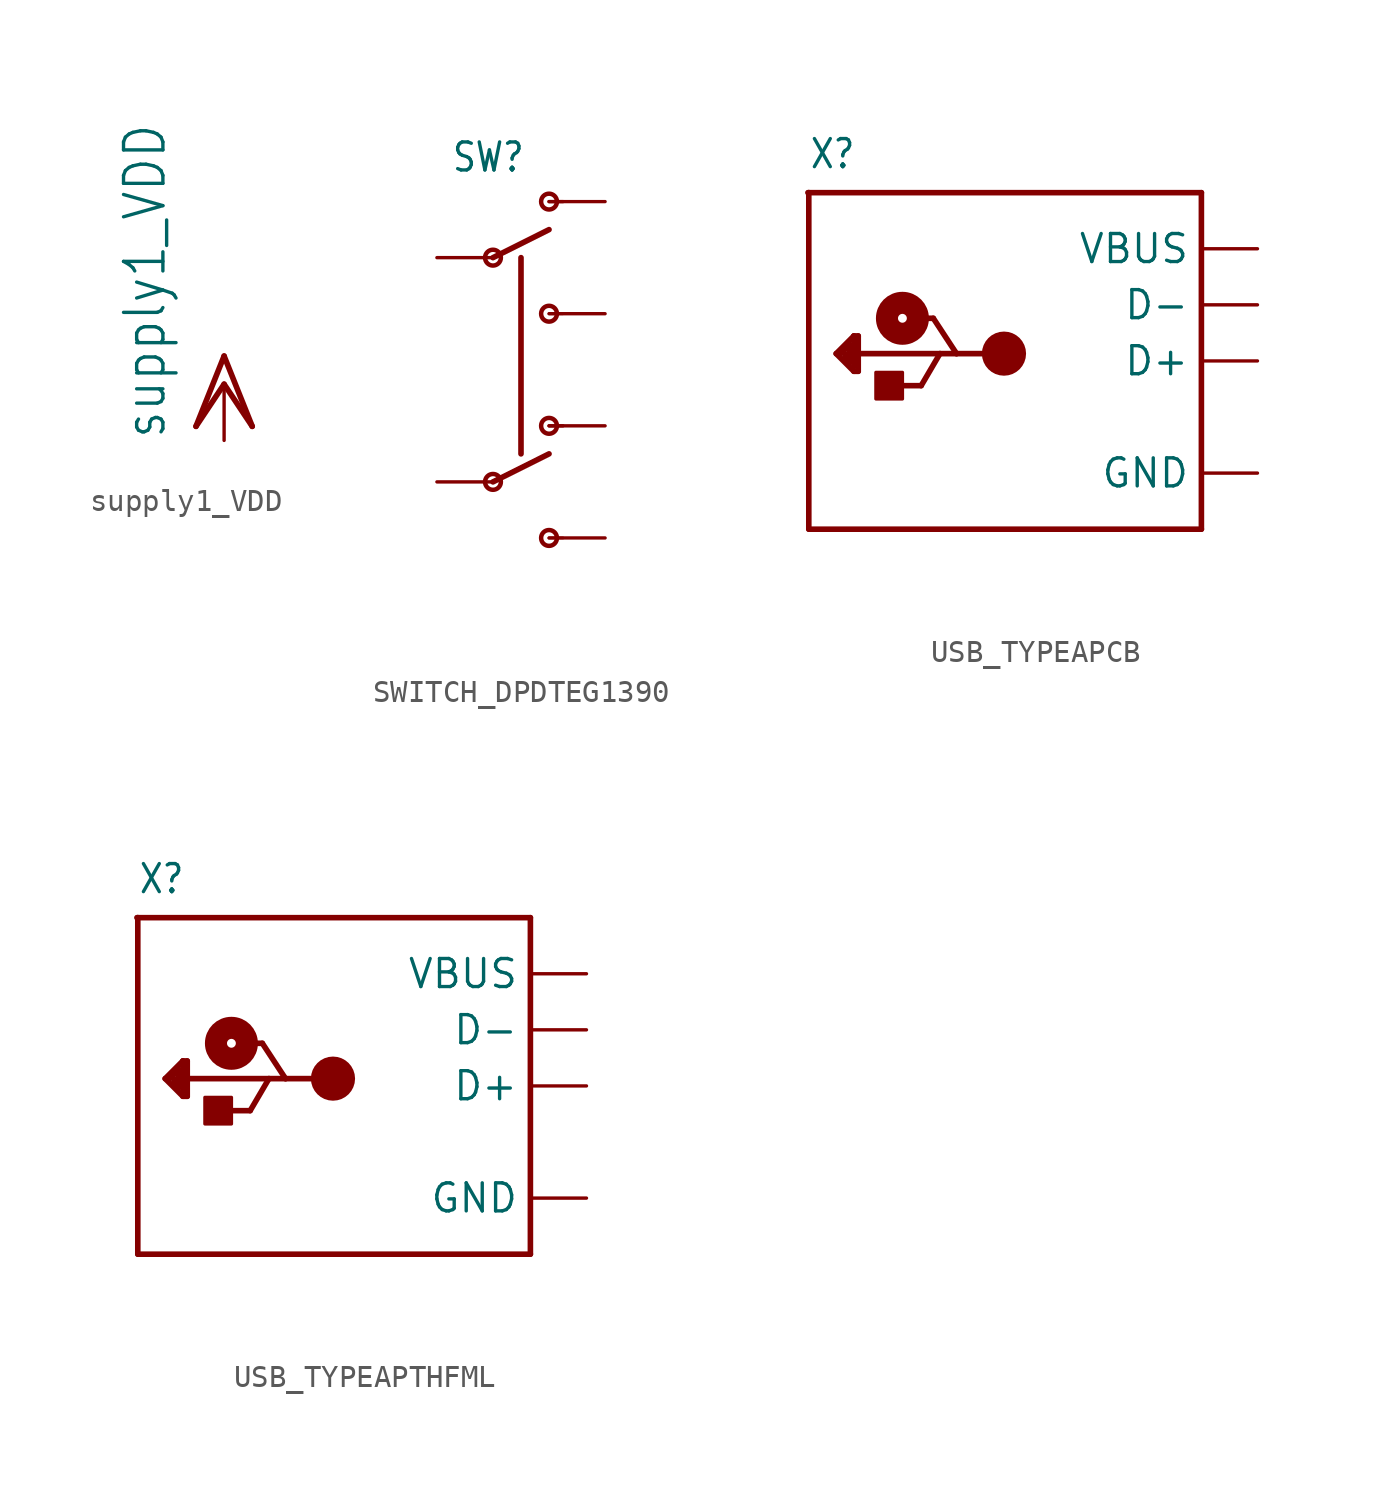
<source format=kicad_sym>
(kicad_symbol_lib
  (version 20220914)
  (generator kicad_symbol_editor)
  (symbol "supply1_VDD"
    (power)
    (property "Reference" "#VDD"
      (at 0 0 0)
      (effects (font (size 1.27 1.27)) hide))
    (property "Value" "supply1_VDD"
      (at -2.54 -2.54 90)
      (effects (font (size 1.778 1.511)) (justify left bottom)))
    (property "ki_locked" ""
      (at 0 0 0)
      (effects (font (size 1.27 1.27))))
    (symbol "supply1_VDD_1_0"
      (polyline (pts (xy 0 0) (xy -1.27 -1.905)) (stroke (width 0.254) (type solid)) (fill (type none)))
      (polyline (pts (xy 0 1.27) (xy -1.27 -1.905)) (stroke (width 0.254) (type solid)) (fill (type none)))
      (polyline (pts (xy 1.27 -1.905) (xy 0 0)) (stroke (width 0.254) (type solid)) (fill (type none)))
      (polyline (pts (xy 1.27 -1.905) (xy 0 1.27)) (stroke (width 0.254) (type solid)) (fill (type none)))
      (pin power_in line (at 0 -2.54 90) (length 2.54) (name "VDD" (effects (font (size 0 0)))) (number "1" (effects (font (size 0 0)))))))
  (symbol "SWITCH_DPDTEG1390"
    (property "Reference" "SW"
      (at -4.445 8.89 0)
      (effects (font (size 1.27 1.079)) (justify left bottom)))
    (property "Value" ""
      (at -5.08 -11.43 0)
      (effects (font (size 1.27 1.079)) (justify left bottom)))
    (property "ki_locked" ""
      (at 0 0 0)
      (effects (font (size 1.27 1.27))))
    (symbol "SWITCH_DPDTEG1390_1_0"
      (circle (center -2.54 -5.08) (radius 0.359) (stroke (width 0.203) (type solid)) (fill (type none)))
      (circle (center -2.54 5.08) (radius 0.359) (stroke (width 0.203) (type solid)) (fill (type none)))
      (circle (center 0 -7.62) (radius 0.359) (stroke (width 0.203) (type solid)) (fill (type none)))
      (circle (center 0 -2.54) (radius 0.359) (stroke (width 0.203) (type solid)) (fill (type none)))
      (polyline (pts (xy -2.54 -5.08) (xy 0 -3.81)) (stroke (width 0.254) (type solid)) (fill (type none)))
      (polyline (pts (xy -2.54 5.08) (xy 0 6.35)) (stroke (width 0.254) (type solid)) (fill (type none)))
      (polyline (pts (xy -1.27 5.08) (xy -1.27 -3.81)) (stroke (width 0.254) (type solid)) (fill (type none)))
      (polyline (pts (xy 0 -7.62) (xy 0.635 -7.62)) (stroke (width 0.127) (type solid)) (fill (type none)))
      (polyline (pts (xy 0 -2.54) (xy 0.635 -2.54)) (stroke (width 0.152) (type solid)) (fill (type none)))
      (polyline (pts (xy 0 2.54) (xy 0.635 2.54)) (stroke (width 0.127) (type solid)) (fill (type none)))
      (polyline (pts (xy 0 7.62) (xy 0.635 7.62)) (stroke (width 0.152) (type solid)) (fill (type none)))
      (circle (center 0 2.54) (radius 0.359) (stroke (width 0.203) (type solid)) (fill (type none)))
      (circle (center 0 7.62) (radius 0.359) (stroke (width 0.203) (type solid)) (fill (type none)))
      (pin passive line (at 2.54 7.62 180) (length 2.54) (name "O1" (effects (font (size 0 0)))) (number "O1" (effects (font (size 0 0)))))
      (pin passive line (at 2.54 -2.54 180) (length 2.54) (name "O2" (effects (font (size 0 0)))) (number "O2" (effects (font (size 0 0)))))
      (pin passive line (at -5.08 5.08 0) (length 2.54) (name "P1" (effects (font (size 0 0)))) (number "P1" (effects (font (size 0 0)))))
      (pin passive line (at -5.08 -5.08 0) (length 2.54) (name "P2" (effects (font (size 0 0)))) (number "P2" (effects (font (size 0 0)))))
      (pin passive line (at 2.54 2.54 180) (length 2.54) (name "S1" (effects (font (size 0 0)))) (number "S1" (effects (font (size 0 0)))))
      (pin passive line (at 2.54 -7.62 180) (length 2.54) (name "S2" (effects (font (size 0 0)))) (number "S2" (effects (font (size 0 0)))))))
  (symbol "USB_TYPEAPCB"
    (property "Reference" "X"
      (at -10.16 8.636 0)
      (effects (font (size 1.27 1.079)) (justify left bottom)))
    (property "Value" ""
      (at -10.16 -10.16 0)
      (effects (font (size 1.27 1.079)) (justify left bottom)))
    (property "ki_locked" ""
      (at 0 0 0)
      (effects (font (size 1.27 1.27))))
    (symbol "USB_TYPEAPCB_1_0"
      (rectangle (start -7.12 -1.72) (end -5.92 -0.52) (stroke (width 0) (type default)) (fill (type outline)))
      (circle (center -5.92 1.93) (radius 0.2) (stroke (width 1) (type solid)) (fill (type none)))
      (circle (center -1.32 0.33) (radius 0.5) (stroke (width 1) (type solid)) (fill (type none)))
      (polyline (pts (xy -10.2 7.62) (xy -10.16 7.62)) (stroke (width 0.254) (type solid)) (fill (type none)))
      (polyline (pts (xy -10.16 -7.62) (xy 7.62 -7.62)) (stroke (width 0.254) (type solid)) (fill (type none)))
      (polyline (pts (xy -10.16 7.62) (xy -10.16 -7.62)) (stroke (width 0.254) (type solid)) (fill (type none)))
      (polyline (pts (xy -10.16 7.62) (xy 7.62 7.62)) (stroke (width 0.254) (type solid)) (fill (type none)))
      (polyline (pts (xy -8.92 0.33) (xy -8.12 1.13)) (stroke (width 0.254) (type solid)) (fill (type none)))
      (polyline (pts (xy -8.52 0.13) (xy -8.32 -0.07)) (stroke (width 0.254) (type solid)) (fill (type none)))
      (polyline (pts (xy -8.52 0.33) (xy -8.52 0.13)) (stroke (width 0.254) (type solid)) (fill (type none)))
      (polyline (pts (xy -8.32 -0.07) (xy -8.32 0.73)) (stroke (width 0.254) (type solid)) (fill (type none)))
      (polyline (pts (xy -8.32 0.73) (xy -8.72 0.33)) (stroke (width 0.254) (type solid)) (fill (type none)))
      (polyline (pts (xy -8.12 -0.47) (xy -8.92 0.33)) (stroke (width 0.254) (type solid)) (fill (type none)))
      (polyline (pts (xy -8.12 -0.27) (xy -8.12 1.13)) (stroke (width 0.254) (type solid)) (fill (type none)))
      (polyline (pts (xy -8.12 1.13) (xy -7.92 1.13)) (stroke (width 0.254) (type solid)) (fill (type none)))
      (polyline (pts (xy -7.92 -0.47) (xy -8.12 -0.47)) (stroke (width 0.254) (type solid)) (fill (type none)))
      (polyline (pts (xy -7.92 0.33) (xy -7.92 -0.47)) (stroke (width 0.254) (type solid)) (fill (type none)))
      (polyline (pts (xy -7.92 1.13) (xy -7.92 0.33)) (stroke (width 0.254) (type solid)) (fill (type none)))
      (polyline (pts (xy -6.27 -1.12) (xy -5.07 -1.12)) (stroke (width 0.254) (type solid)) (fill (type none)))
      (polyline (pts (xy -5.52 1.93) (xy -4.52 1.93)) (stroke (width 0.254) (type solid)) (fill (type none)))
      (polyline (pts (xy -5.07 -1.12) (xy -4.22 0.33)) (stroke (width 0.254) (type solid)) (fill (type none)))
      (polyline (pts (xy -4.52 1.93) (xy -3.47 0.33)) (stroke (width 0.254) (type solid)) (fill (type none)))
      (polyline (pts (xy -4.22 0.33) (xy -7.92 0.33)) (stroke (width 0.254) (type solid)) (fill (type none)))
      (polyline (pts (xy -3.47 0.33) (xy -4.22 0.33)) (stroke (width 0.254) (type solid)) (fill (type none)))
      (polyline (pts (xy -1.32 0.33) (xy -3.47 0.33)) (stroke (width 0.254) (type solid)) (fill (type none)))
      (polyline (pts (xy 7.62 7.62) (xy 7.62 -7.62)) (stroke (width 0.254) (type solid)) (fill (type none)))
      (pin power_in line (at 10.16 -5.08 180) (length 2.54) (name "GND" (effects (font (size 1.27 1.27)))) (number "GND" (effects (font (size 0 0)))))
      (pin bidirectional line (at 10.16 2.54 180) (length 2.54) (name "D-" (effects (font (size 1.27 1.27)))) (number "USB_NEG" (effects (font (size 0 0)))))
      (pin bidirectional line (at 10.16 0 180) (length 2.54) (name "D+" (effects (font (size 1.27 1.27)))) (number "USB_PLUS" (effects (font (size 0 0)))))
      (pin power_in line (at 10.16 5.08 180) (length 2.54) (name "VBUS" (effects (font (size 1.27 1.27)))) (number "VCC" (effects (font (size 0 0)))))))
  (symbol "USB_TYPEAPTHFML"
    (property "Reference" "X"
      (at -10.16 8.636 0)
      (effects (font (size 1.27 1.079)) (justify left bottom)))
    (property "Value" ""
      (at -10.16 -10.16 0)
      (effects (font (size 1.27 1.079)) (justify left bottom)))
    (property "ki_locked" ""
      (at 0 0 0)
      (effects (font (size 1.27 1.27))))
    (symbol "USB_TYPEAPTHFML_1_0"
      (rectangle (start -7.12 -1.72) (end -5.92 -0.52) (stroke (width 0) (type default)) (fill (type outline)))
      (circle (center -5.92 1.93) (radius 0.2) (stroke (width 1) (type solid)) (fill (type none)))
      (circle (center -1.32 0.33) (radius 0.5) (stroke (width 1) (type solid)) (fill (type none)))
      (polyline (pts (xy -10.2 7.62) (xy -10.16 7.62)) (stroke (width 0.254) (type solid)) (fill (type none)))
      (polyline (pts (xy -10.16 -7.62) (xy 7.62 -7.62)) (stroke (width 0.254) (type solid)) (fill (type none)))
      (polyline (pts (xy -10.16 7.62) (xy -10.16 -7.62)) (stroke (width 0.254) (type solid)) (fill (type none)))
      (polyline (pts (xy -10.16 7.62) (xy 7.62 7.62)) (stroke (width 0.254) (type solid)) (fill (type none)))
      (polyline (pts (xy -8.92 0.33) (xy -8.12 1.13)) (stroke (width 0.254) (type solid)) (fill (type none)))
      (polyline (pts (xy -8.52 0.13) (xy -8.32 -0.07)) (stroke (width 0.254) (type solid)) (fill (type none)))
      (polyline (pts (xy -8.52 0.33) (xy -8.52 0.13)) (stroke (width 0.254) (type solid)) (fill (type none)))
      (polyline (pts (xy -8.32 -0.07) (xy -8.32 0.73)) (stroke (width 0.254) (type solid)) (fill (type none)))
      (polyline (pts (xy -8.32 0.73) (xy -8.72 0.33)) (stroke (width 0.254) (type solid)) (fill (type none)))
      (polyline (pts (xy -8.12 -0.47) (xy -8.92 0.33)) (stroke (width 0.254) (type solid)) (fill (type none)))
      (polyline (pts (xy -8.12 -0.27) (xy -8.12 1.13)) (stroke (width 0.254) (type solid)) (fill (type none)))
      (polyline (pts (xy -8.12 1.13) (xy -7.92 1.13)) (stroke (width 0.254) (type solid)) (fill (type none)))
      (polyline (pts (xy -7.92 -0.47) (xy -8.12 -0.47)) (stroke (width 0.254) (type solid)) (fill (type none)))
      (polyline (pts (xy -7.92 0.33) (xy -7.92 -0.47)) (stroke (width 0.254) (type solid)) (fill (type none)))
      (polyline (pts (xy -7.92 1.13) (xy -7.92 0.33)) (stroke (width 0.254) (type solid)) (fill (type none)))
      (polyline (pts (xy -6.27 -1.12) (xy -5.07 -1.12)) (stroke (width 0.254) (type solid)) (fill (type none)))
      (polyline (pts (xy -5.52 1.93) (xy -4.52 1.93)) (stroke (width 0.254) (type solid)) (fill (type none)))
      (polyline (pts (xy -5.07 -1.12) (xy -4.22 0.33)) (stroke (width 0.254) (type solid)) (fill (type none)))
      (polyline (pts (xy -4.52 1.93) (xy -3.47 0.33)) (stroke (width 0.254) (type solid)) (fill (type none)))
      (polyline (pts (xy -4.22 0.33) (xy -7.92 0.33)) (stroke (width 0.254) (type solid)) (fill (type none)))
      (polyline (pts (xy -3.47 0.33) (xy -4.22 0.33)) (stroke (width 0.254) (type solid)) (fill (type none)))
      (polyline (pts (xy -1.32 0.33) (xy -3.47 0.33)) (stroke (width 0.254) (type solid)) (fill (type none)))
      (polyline (pts (xy 7.62 7.62) (xy 7.62 -7.62)) (stroke (width 0.254) (type solid)) (fill (type none)))
      (pin bidirectional line (at 10.16 0 180) (length 2.54) (name "D+" (effects (font (size 1.27 1.27)))) (number "D+" (effects (font (size 0 0)))))
      (pin bidirectional line (at 10.16 2.54 180) (length 2.54) (name "D-" (effects (font (size 1.27 1.27)))) (number "D-" (effects (font (size 0 0)))))
      (pin power_in line (at 10.16 -5.08 180) (length 2.54) (name "GND" (effects (font (size 1.27 1.27)))) (number "GND" (effects (font (size 0 0)))))
      (pin power_in line (at 10.16 5.08 180) (length 2.54) (name "VBUS" (effects (font (size 1.27 1.27)))) (number "VBUS" (effects (font (size 0 0))))))))
</source>
